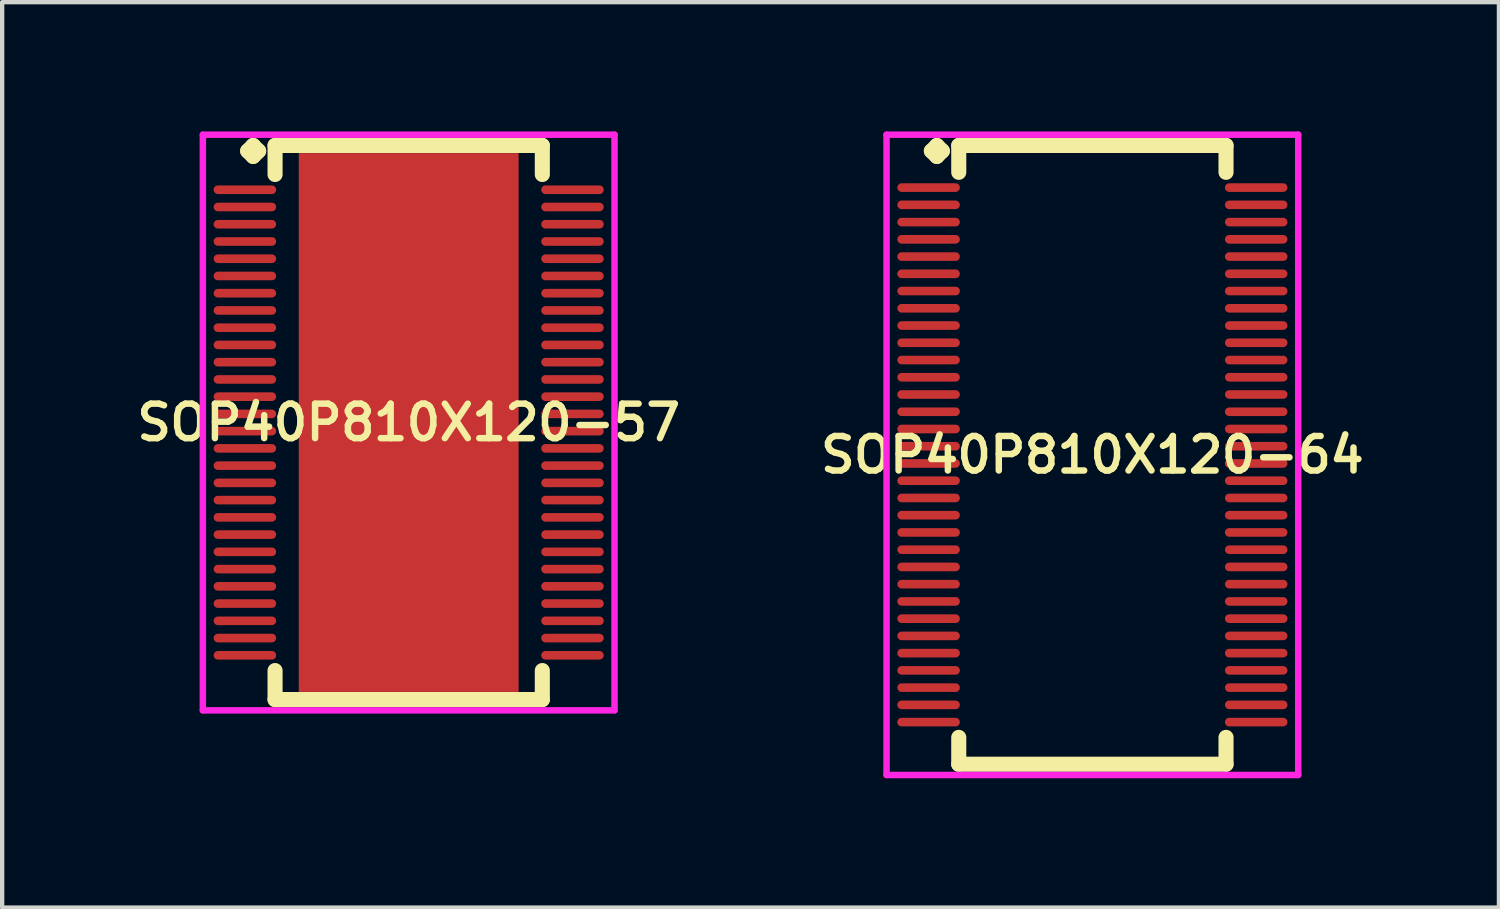
<source format=kicad_pcb>
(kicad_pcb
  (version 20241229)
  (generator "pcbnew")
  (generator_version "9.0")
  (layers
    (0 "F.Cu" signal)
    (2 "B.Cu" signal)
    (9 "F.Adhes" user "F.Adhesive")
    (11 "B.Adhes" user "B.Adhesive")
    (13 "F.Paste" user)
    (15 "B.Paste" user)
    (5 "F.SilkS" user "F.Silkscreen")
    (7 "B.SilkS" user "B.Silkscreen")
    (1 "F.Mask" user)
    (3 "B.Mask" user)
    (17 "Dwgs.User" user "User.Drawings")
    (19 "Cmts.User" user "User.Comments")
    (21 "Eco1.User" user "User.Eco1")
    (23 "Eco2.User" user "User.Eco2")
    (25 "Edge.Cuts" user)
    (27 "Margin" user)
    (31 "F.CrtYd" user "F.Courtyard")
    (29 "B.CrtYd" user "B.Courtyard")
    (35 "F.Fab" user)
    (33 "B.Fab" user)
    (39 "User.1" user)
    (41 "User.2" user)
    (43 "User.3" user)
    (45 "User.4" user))
  (footprint "SOP40P810X120-64"
    (layer "F.Cu")
    (at 22.292 7.502)
    (property "Reference" "SOP40P810X120-64" (at 0 0 0) (layer "F.SilkS") (effects (font (size 0.8 0.8) (thickness 0.15))))
    (attr smd)
    (fp_line (start -3.735 -7.05) (end -3.608 -7.177) (stroke (width 0.35) (type solid)) (layer "F.SilkS"))
    (fp_line (start -3.608 -7.177) (end -3.481 -7.05) (stroke (width 0.35) (type solid)) (layer "F.SilkS"))
    (fp_line (start -3.608 -6.923) (end -3.735 -7.05) (stroke (width 0.35) (type solid)) (layer "F.SilkS"))
    (fp_line (start -3.481 -7.05) (end -3.608 -6.923) (stroke (width 0.35) (type solid)) (layer "F.SilkS"))
    (fp_line (start -3.1 -7.177) (end 3.1 -7.177) (stroke (width 0.35) (type solid)) (layer "F.SilkS"))
    (fp_line (start -3.1 -6.554) (end -3.1 -7.177) (stroke (width 0.35) (type solid)) (layer "F.SilkS"))
    (fp_line (start -3.1 6.554) (end -3.1 7.177) (stroke (width 0.35) (type solid)) (layer "F.SilkS"))
    (fp_line (start -3.1 7.177) (end 3.1 7.177) (stroke (width 0.35) (type solid)) (layer "F.SilkS"))
    (fp_line (start 3.1 -7.177) (end 3.1 -6.554) (stroke (width 0.35) (type solid)) (layer "F.SilkS"))
    (fp_line (start 3.1 7.177) (end 3.1 6.554) (stroke (width 0.35) (type solid)) (layer "F.SilkS"))
    (fp_line (start -4.775 -7.427) (end 4.775 -7.427) (stroke (width 0.15) (type solid)) (layer "F.CrtYd"))
    (fp_line (start -4.775 7.427) (end -4.775 -7.427) (stroke (width 0.15) (type solid)) (layer "F.CrtYd"))
    (fp_line (start 4.775 -7.427) (end 4.775 7.427) (stroke (width 0.15) (type solid)) (layer "F.CrtYd"))
    (fp_line (start 4.775 7.427) (end -4.775 7.427) (stroke (width 0.15) (type solid)) (layer "F.CrtYd"))
    (pad "1" smd oval (at -3.8 -6.2) (size 1.45 0.2) (layers "F.Cu" "F.Mask" "F.Paste"))
    (pad "2" smd oval (at -3.8 -5.8) (size 1.45 0.2) (layers "F.Cu" "F.Mask" "F.Paste"))
    (pad "3" smd oval (at -3.8 -5.4) (size 1.45 0.2) (layers "F.Cu" "F.Mask" "F.Paste"))
    (pad "4" smd oval (at -3.8 -5) (size 1.45 0.2) (layers "F.Cu" "F.Mask" "F.Paste"))
    (pad "5" smd oval (at -3.8 -4.6) (size 1.45 0.2) (layers "F.Cu" "F.Mask" "F.Paste"))
    (pad "6" smd oval (at -3.8 -4.2) (size 1.45 0.2) (layers "F.Cu" "F.Mask" "F.Paste"))
    (pad "7" smd oval (at -3.8 -3.8) (size 1.45 0.2) (layers "F.Cu" "F.Mask" "F.Paste"))
    (pad "8" smd oval (at -3.8 -3.4) (size 1.45 0.2) (layers "F.Cu" "F.Mask" "F.Paste"))
    (pad "9" smd oval (at -3.8 -3) (size 1.45 0.2) (layers "F.Cu" "F.Mask" "F.Paste"))
    (pad "10" smd oval (at -3.8 -2.6) (size 1.45 0.2) (layers "F.Cu" "F.Mask" "F.Paste"))
    (pad "11" smd oval (at -3.8 -2.2) (size 1.45 0.2) (layers "F.Cu" "F.Mask" "F.Paste"))
    (pad "12" smd oval (at -3.8 -1.8) (size 1.45 0.2) (layers "F.Cu" "F.Mask" "F.Paste"))
    (pad "13" smd oval (at -3.8 -1.4) (size 1.45 0.2) (layers "F.Cu" "F.Mask" "F.Paste"))
    (pad "14" smd oval (at -3.8 -1) (size 1.45 0.2) (layers "F.Cu" "F.Mask" "F.Paste"))
    (pad "15" smd oval (at -3.8 -0.6) (size 1.45 0.2) (layers "F.Cu" "F.Mask" "F.Paste"))
    (pad "16" smd oval (at -3.8 -0.2) (size 1.45 0.2) (layers "F.Cu" "F.Mask" "F.Paste"))
    (pad "17" smd oval (at -3.8 0.2) (size 1.45 0.2) (layers "F.Cu" "F.Mask" "F.Paste"))
    (pad "18" smd oval (at -3.8 0.6) (size 1.45 0.2) (layers "F.Cu" "F.Mask" "F.Paste"))
    (pad "19" smd oval (at -3.8 1) (size 1.45 0.2) (layers "F.Cu" "F.Mask" "F.Paste"))
    (pad "20" smd oval (at -3.8 1.4) (size 1.45 0.2) (layers "F.Cu" "F.Mask" "F.Paste"))
    (pad "21" smd oval (at -3.8 1.8) (size 1.45 0.2) (layers "F.Cu" "F.Mask" "F.Paste"))
    (pad "22" smd oval (at -3.8 2.2) (size 1.45 0.2) (layers "F.Cu" "F.Mask" "F.Paste"))
    (pad "23" smd oval (at -3.8 2.6) (size 1.45 0.2) (layers "F.Cu" "F.Mask" "F.Paste"))
    (pad "24" smd oval (at -3.8 3) (size 1.45 0.2) (layers "F.Cu" "F.Mask" "F.Paste"))
    (pad "25" smd oval (at -3.8 3.4) (size 1.45 0.2) (layers "F.Cu" "F.Mask" "F.Paste"))
    (pad "26" smd oval (at -3.8 3.8) (size 1.45 0.2) (layers "F.Cu" "F.Mask" "F.Paste"))
    (pad "27" smd oval (at -3.8 4.2) (size 1.45 0.2) (layers "F.Cu" "F.Mask" "F.Paste"))
    (pad "28" smd oval (at -3.8 4.6) (size 1.45 0.2) (layers "F.Cu" "F.Mask" "F.Paste"))
    (pad "29" smd oval (at -3.8 5) (size 1.45 0.2) (layers "F.Cu" "F.Mask" "F.Paste"))
    (pad "30" smd oval (at -3.8 5.4) (size 1.45 0.2) (layers "F.Cu" "F.Mask" "F.Paste"))
    (pad "31" smd oval (at -3.8 5.8) (size 1.45 0.2) (layers "F.Cu" "F.Mask" "F.Paste"))
    (pad "32" smd oval (at -3.8 6.2) (size 1.45 0.2) (layers "F.Cu" "F.Mask" "F.Paste"))
    (pad "33" smd oval (at 3.8 6.2) (size 1.45 0.2) (layers "F.Cu" "F.Mask" "F.Paste"))
    (pad "34" smd oval (at 3.8 5.8) (size 1.45 0.2) (layers "F.Cu" "F.Mask" "F.Paste"))
    (pad "35" smd oval (at 3.8 5.4) (size 1.45 0.2) (layers "F.Cu" "F.Mask" "F.Paste"))
    (pad "36" smd oval (at 3.8 5) (size 1.45 0.2) (layers "F.Cu" "F.Mask" "F.Paste"))
    (pad "37" smd oval (at 3.8 4.6) (size 1.45 0.2) (layers "F.Cu" "F.Mask" "F.Paste"))
    (pad "38" smd oval (at 3.8 4.2) (size 1.45 0.2) (layers "F.Cu" "F.Mask" "F.Paste"))
    (pad "39" smd oval (at 3.8 3.8) (size 1.45 0.2) (layers "F.Cu" "F.Mask" "F.Paste"))
    (pad "40" smd oval (at 3.8 3.4) (size 1.45 0.2) (layers "F.Cu" "F.Mask" "F.Paste"))
    (pad "41" smd oval (at 3.8 3) (size 1.45 0.2) (layers "F.Cu" "F.Mask" "F.Paste"))
    (pad "42" smd oval (at 3.8 2.6) (size 1.45 0.2) (layers "F.Cu" "F.Mask" "F.Paste"))
    (pad "43" smd oval (at 3.8 2.2) (size 1.45 0.2) (layers "F.Cu" "F.Mask" "F.Paste"))
    (pad "44" smd oval (at 3.8 1.8) (size 1.45 0.2) (layers "F.Cu" "F.Mask" "F.Paste"))
    (pad "45" smd oval (at 3.8 1.4) (size 1.45 0.2) (layers "F.Cu" "F.Mask" "F.Paste"))
    (pad "46" smd oval (at 3.8 1) (size 1.45 0.2) (layers "F.Cu" "F.Mask" "F.Paste"))
    (pad "47" smd oval (at 3.8 0.6) (size 1.45 0.2) (layers "F.Cu" "F.Mask" "F.Paste"))
    (pad "48" smd oval (at 3.8 0.2) (size 1.45 0.2) (layers "F.Cu" "F.Mask" "F.Paste"))
    (pad "49" smd oval (at 3.8 -0.2) (size 1.45 0.2) (layers "F.Cu" "F.Mask" "F.Paste"))
    (pad "50" smd oval (at 3.8 -0.6) (size 1.45 0.2) (layers "F.Cu" "F.Mask" "F.Paste"))
    (pad "51" smd oval (at 3.8 -1) (size 1.45 0.2) (layers "F.Cu" "F.Mask" "F.Paste"))
    (pad "52" smd oval (at 3.8 -1.4) (size 1.45 0.2) (layers "F.Cu" "F.Mask" "F.Paste"))
    (pad "53" smd oval (at 3.8 -1.8) (size 1.45 0.2) (layers "F.Cu" "F.Mask" "F.Paste"))
    (pad "54" smd oval (at 3.8 -2.2) (size 1.45 0.2) (layers "F.Cu" "F.Mask" "F.Paste"))
    (pad "55" smd oval (at 3.8 -2.6) (size 1.45 0.2) (layers "F.Cu" "F.Mask" "F.Paste"))
    (pad "56" smd oval (at 3.8 -3) (size 1.45 0.2) (layers "F.Cu" "F.Mask" "F.Paste"))
    (pad "57" smd oval (at 3.8 -3.4) (size 1.45 0.2) (layers "F.Cu" "F.Mask" "F.Paste"))
    (pad "58" smd oval (at 3.8 -3.8) (size 1.45 0.2) (layers "F.Cu" "F.Mask" "F.Paste"))
    (pad "59" smd oval (at 3.8 -4.2) (size 1.45 0.2) (layers "F.Cu" "F.Mask" "F.Paste"))
    (pad "60" smd oval (at 3.8 -4.6) (size 1.45 0.2) (layers "F.Cu" "F.Mask" "F.Paste"))
    (pad "61" smd oval (at 3.8 -5) (size 1.45 0.2) (layers "F.Cu" "F.Mask" "F.Paste"))
    (pad "62" smd oval (at 3.8 -5.4) (size 1.45 0.2) (layers "F.Cu" "F.Mask" "F.Paste"))
    (pad "63" smd oval (at 3.8 -5.8) (size 1.45 0.2) (layers "F.Cu" "F.Mask" "F.Paste"))
    (pad "64" smd oval (at 3.8 -6.2) (size 1.45 0.2) (layers "F.Cu" "F.Mask" "F.Paste")))
  (footprint "SOP40P810X120-57"
    (layer "F.Cu")
    (at 6.431 6.752)
    (property "Reference" "SOP40P810X120-57" (at 0 0 0) (layer "F.SilkS") (effects (font (size 0.8 0.8) (thickness 0.15))))
    (attr smd)
    (fp_line (start -3.735 -6.3) (end -3.608 -6.427) (stroke (width 0.35) (type solid)) (layer "F.SilkS"))
    (fp_line (start -3.608 -6.427) (end -3.481 -6.3) (stroke (width 0.35) (type solid)) (layer "F.SilkS"))
    (fp_line (start -3.608 -6.173) (end -3.735 -6.3) (stroke (width 0.35) (type solid)) (layer "F.SilkS"))
    (fp_line (start -3.481 -6.3) (end -3.608 -6.173) (stroke (width 0.35) (type solid)) (layer "F.SilkS"))
    (fp_line (start -3.1 -6.427) (end 3.1 -6.427) (stroke (width 0.35) (type solid)) (layer "F.SilkS"))
    (fp_line (start -3.1 -5.754) (end -3.1 -6.427) (stroke (width 0.35) (type solid)) (layer "F.SilkS"))
    (fp_line (start -3.1 5.754) (end -3.1 6.427) (stroke (width 0.35) (type solid)) (layer "F.SilkS"))
    (fp_line (start -3.1 6.427) (end 3.1 6.427) (stroke (width 0.35) (type solid)) (layer "F.SilkS"))
    (fp_line (start 3.1 -6.427) (end 3.1 -5.754) (stroke (width 0.35) (type solid)) (layer "F.SilkS"))
    (fp_line (start 3.1 6.427) (end 3.1 5.754) (stroke (width 0.35) (type solid)) (layer "F.SilkS"))
    (fp_line (start -4.775 -6.677) (end 4.775 -6.677) (stroke (width 0.15) (type solid)) (layer "F.CrtYd"))
    (fp_line (start -4.775 6.677) (end -4.775 -6.677) (stroke (width 0.15) (type solid)) (layer "F.CrtYd"))
    (fp_line (start 4.775 -6.677) (end 4.775 6.677) (stroke (width 0.15) (type solid)) (layer "F.CrtYd"))
    (fp_line (start 4.775 6.677) (end -4.775 6.677) (stroke (width 0.15) (type solid)) (layer "F.CrtYd"))
    (pad "1" smd oval (at -3.8 -5.4) (size 1.45 0.2) (layers "F.Cu" "F.Mask" "F.Paste"))
    (pad "2" smd oval (at -3.8 -5) (size 1.45 0.2) (layers "F.Cu" "F.Mask" "F.Paste"))
    (pad "3" smd oval (at -3.8 -4.6) (size 1.45 0.2) (layers "F.Cu" "F.Mask" "F.Paste"))
    (pad "4" smd oval (at -3.8 -4.2) (size 1.45 0.2) (layers "F.Cu" "F.Mask" "F.Paste"))
    (pad "5" smd oval (at -3.8 -3.8) (size 1.45 0.2) (layers "F.Cu" "F.Mask" "F.Paste"))
    (pad "6" smd oval (at -3.8 -3.4) (size 1.45 0.2) (layers "F.Cu" "F.Mask" "F.Paste"))
    (pad "7" smd oval (at -3.8 -3) (size 1.45 0.2) (layers "F.Cu" "F.Mask" "F.Paste"))
    (pad "8" smd oval (at -3.8 -2.6) (size 1.45 0.2) (layers "F.Cu" "F.Mask" "F.Paste"))
    (pad "9" smd oval (at -3.8 -2.2) (size 1.45 0.2) (layers "F.Cu" "F.Mask" "F.Paste"))
    (pad "10" smd oval (at -3.8 -1.8) (size 1.45 0.2) (layers "F.Cu" "F.Mask" "F.Paste"))
    (pad "11" smd oval (at -3.8 -1.4) (size 1.45 0.2) (layers "F.Cu" "F.Mask" "F.Paste"))
    (pad "12" smd oval (at -3.8 -1) (size 1.45 0.2) (layers "F.Cu" "F.Mask" "F.Paste"))
    (pad "13" smd oval (at -3.8 -0.6) (size 1.45 0.2) (layers "F.Cu" "F.Mask" "F.Paste"))
    (pad "14" smd oval (at -3.8 -0.2) (size 1.45 0.2) (layers "F.Cu" "F.Mask" "F.Paste"))
    (pad "15" smd oval (at -3.8 0.2) (size 1.45 0.2) (layers "F.Cu" "F.Mask" "F.Paste"))
    (pad "16" smd oval (at -3.8 0.6) (size 1.45 0.2) (layers "F.Cu" "F.Mask" "F.Paste"))
    (pad "17" smd oval (at -3.8 1) (size 1.45 0.2) (layers "F.Cu" "F.Mask" "F.Paste"))
    (pad "18" smd oval (at -3.8 1.4) (size 1.45 0.2) (layers "F.Cu" "F.Mask" "F.Paste"))
    (pad "19" smd oval (at -3.8 1.8) (size 1.45 0.2) (layers "F.Cu" "F.Mask" "F.Paste"))
    (pad "20" smd oval (at -3.8 2.2) (size 1.45 0.2) (layers "F.Cu" "F.Mask" "F.Paste"))
    (pad "21" smd oval (at -3.8 2.6) (size 1.45 0.2) (layers "F.Cu" "F.Mask" "F.Paste"))
    (pad "22" smd oval (at -3.8 3) (size 1.45 0.2) (layers "F.Cu" "F.Mask" "F.Paste"))
    (pad "23" smd oval (at -3.8 3.4) (size 1.45 0.2) (layers "F.Cu" "F.Mask" "F.Paste"))
    (pad "24" smd oval (at -3.8 3.8) (size 1.45 0.2) (layers "F.Cu" "F.Mask" "F.Paste"))
    (pad "25" smd oval (at -3.8 4.2) (size 1.45 0.2) (layers "F.Cu" "F.Mask" "F.Paste"))
    (pad "26" smd oval (at -3.8 4.6) (size 1.45 0.2) (layers "F.Cu" "F.Mask" "F.Paste"))
    (pad "27" smd oval (at -3.8 5) (size 1.45 0.2) (layers "F.Cu" "F.Mask" "F.Paste"))
    (pad "28" smd oval (at -3.8 5.4) (size 1.45 0.2) (layers "F.Cu" "F.Mask" "F.Paste"))
    (pad "29" smd oval (at 3.8 5.4) (size 1.45 0.2) (layers "F.Cu" "F.Mask" "F.Paste"))
    (pad "30" smd oval (at 3.8 5) (size 1.45 0.2) (layers "F.Cu" "F.Mask" "F.Paste"))
    (pad "31" smd oval (at 3.8 4.6) (size 1.45 0.2) (layers "F.Cu" "F.Mask" "F.Paste"))
    (pad "32" smd oval (at 3.8 4.2) (size 1.45 0.2) (layers "F.Cu" "F.Mask" "F.Paste"))
    (pad "33" smd oval (at 3.8 3.8) (size 1.45 0.2) (layers "F.Cu" "F.Mask" "F.Paste"))
    (pad "34" smd oval (at 3.8 3.4) (size 1.45 0.2) (layers "F.Cu" "F.Mask" "F.Paste"))
    (pad "35" smd oval (at 3.8 3) (size 1.45 0.2) (layers "F.Cu" "F.Mask" "F.Paste"))
    (pad "36" smd oval (at 3.8 2.6) (size 1.45 0.2) (layers "F.Cu" "F.Mask" "F.Paste"))
    (pad "37" smd oval (at 3.8 2.2) (size 1.45 0.2) (layers "F.Cu" "F.Mask" "F.Paste"))
    (pad "38" smd oval (at 3.8 1.8) (size 1.45 0.2) (layers "F.Cu" "F.Mask" "F.Paste"))
    (pad "39" smd oval (at 3.8 1.4) (size 1.45 0.2) (layers "F.Cu" "F.Mask" "F.Paste"))
    (pad "40" smd oval (at 3.8 1) (size 1.45 0.2) (layers "F.Cu" "F.Mask" "F.Paste"))
    (pad "41" smd oval (at 3.8 0.6) (size 1.45 0.2) (layers "F.Cu" "F.Mask" "F.Paste"))
    (pad "42" smd oval (at 3.8 0.2) (size 1.45 0.2) (layers "F.Cu" "F.Mask" "F.Paste"))
    (pad "43" smd oval (at 3.8 -0.2) (size 1.45 0.2) (layers "F.Cu" "F.Mask" "F.Paste"))
    (pad "44" smd oval (at 3.8 -0.6) (size 1.45 0.2) (layers "F.Cu" "F.Mask" "F.Paste"))
    (pad "45" smd oval (at 3.8 -1) (size 1.45 0.2) (layers "F.Cu" "F.Mask" "F.Paste"))
    (pad "46" smd oval (at 3.8 -1.4) (size 1.45 0.2) (layers "F.Cu" "F.Mask" "F.Paste"))
    (pad "47" smd oval (at 3.8 -1.8) (size 1.45 0.2) (layers "F.Cu" "F.Mask" "F.Paste"))
    (pad "48" smd oval (at 3.8 -2.2) (size 1.45 0.2) (layers "F.Cu" "F.Mask" "F.Paste"))
    (pad "49" smd oval (at 3.8 -2.6) (size 1.45 0.2) (layers "F.Cu" "F.Mask" "F.Paste"))
    (pad "50" smd oval (at 3.8 -3) (size 1.45 0.2) (layers "F.Cu" "F.Mask" "F.Paste"))
    (pad "51" smd oval (at 3.8 -3.4) (size 1.45 0.2) (layers "F.Cu" "F.Mask" "F.Paste"))
    (pad "52" smd oval (at 3.8 -3.8) (size 1.45 0.2) (layers "F.Cu" "F.Mask" "F.Paste"))
    (pad "53" smd oval (at 3.8 -4.2) (size 1.45 0.2) (layers "F.Cu" "F.Mask" "F.Paste"))
    (pad "54" smd oval (at 3.8 -4.6) (size 1.45 0.2) (layers "F.Cu" "F.Mask" "F.Paste"))
    (pad "55" smd oval (at 3.8 -5) (size 1.45 0.2) (layers "F.Cu" "F.Mask" "F.Paste"))
    (pad "56" smd oval (at 3.8 -5.4) (size 1.45 0.2) (layers "F.Cu" "F.Mask" "F.Paste"))
    (pad "57" smd rect (at 0 0) (size 5.1 12.5) (layers "F.Cu" "F.Mask" "F.Paste")))
  (gr_rect
    (start -3 -3)
    (end 31.723 18.004)
    (stroke (width 0.1) (type default))
    (fill no)
    (layer "Edge.Cuts")))
</source>
